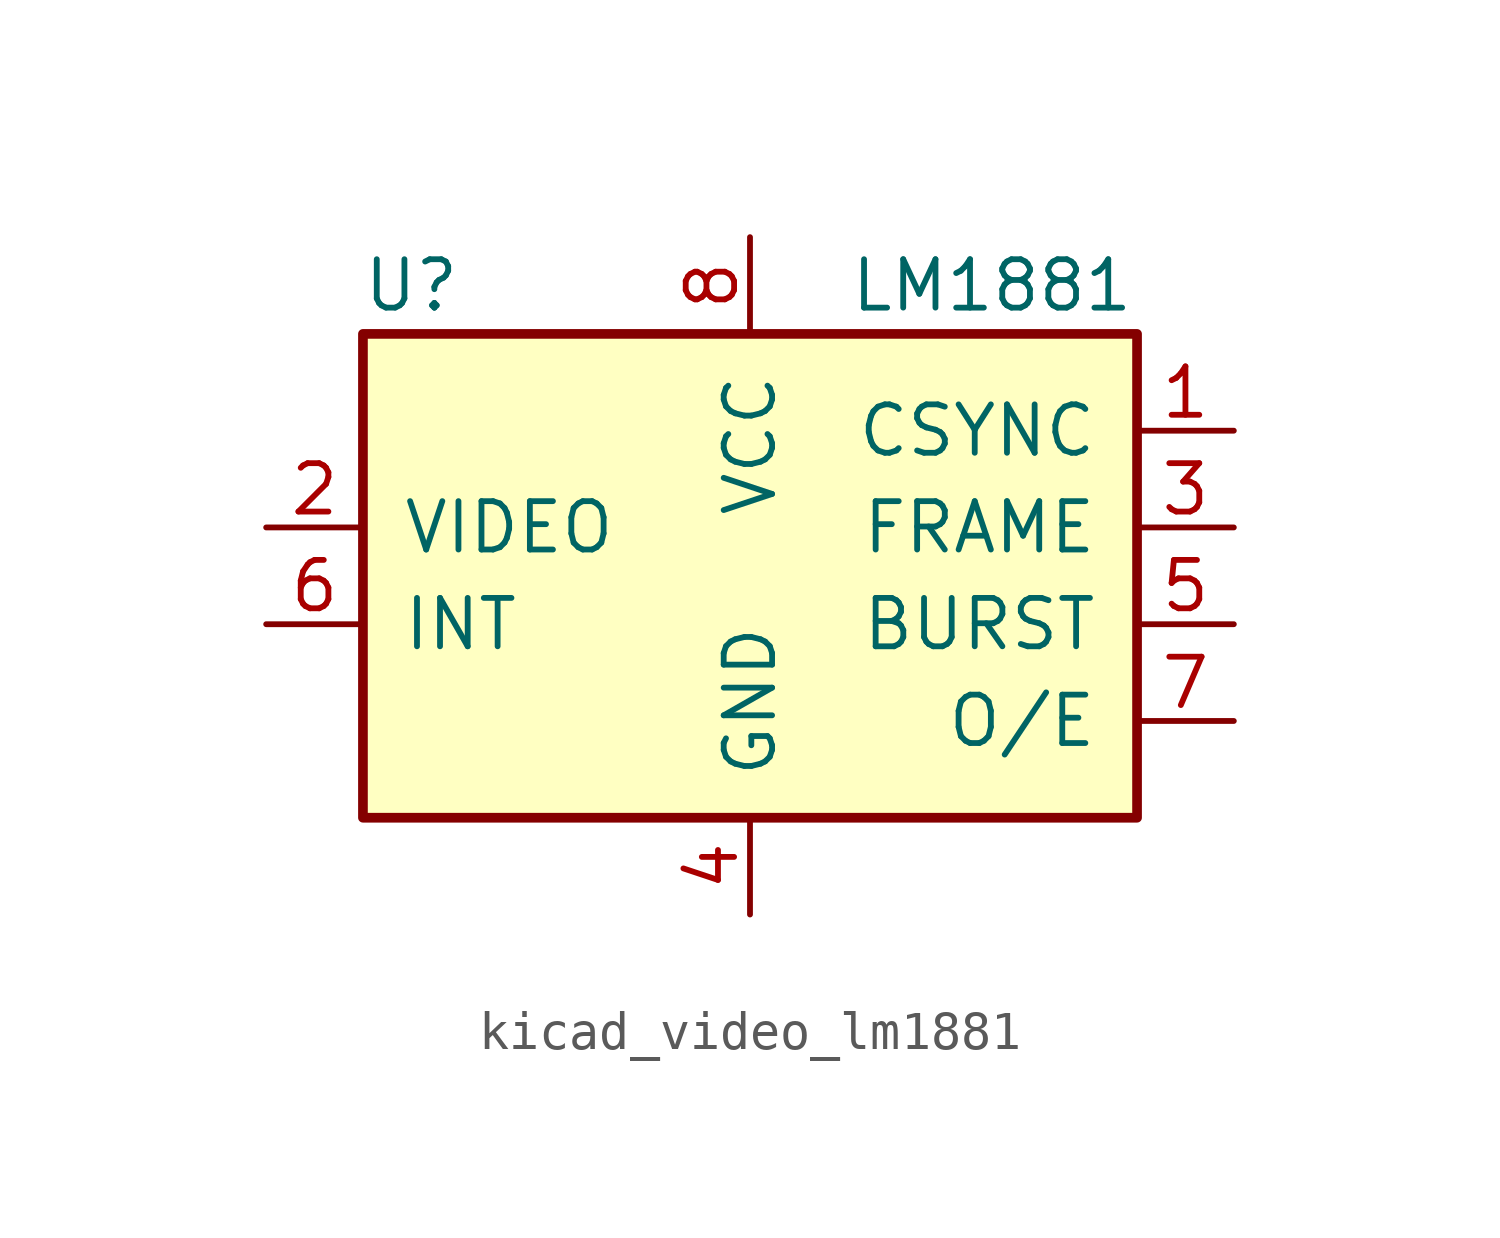
<source format=kicad_sym>
(kicad_symbol_lib
  (version 20220914)
  (generator kicad_symbol_editor)
  (symbol "kicad_video_lm1881"
    (pin_names
      (offset 1.016))
    (property "Reference" "U"
      (at -8.89 8.89 0)
      (effects (font (size 1.27 1.27))))
    (property "Value" "LM1881"
      (at 6.35 8.89 0)
      (effects (font (size 1.27 1.27))))
    (symbol "kicad_video_lm1881_0_1"
      (rectangle (start -10.16 7.62) (end 10.16 -5.08) (stroke (width 0.254) (type default)) (fill (type background))))
    (symbol "kicad_video_lm1881_1_1"
      (pin output line (at 12.7 5.08 180) (length 2.54) (name "CSYNC" (effects (font (size 1.27 1.27)))) (number "1" (effects (font (size 1.27 1.27)))))
      (pin input line (at -12.7 2.54 0) (length 2.54) (name "VIDEO" (effects (font (size 1.27 1.27)))) (number "2" (effects (font (size 1.27 1.27)))))
      (pin output line (at 12.7 2.54 180) (length 2.54) (name "FRAME" (effects (font (size 1.27 1.27)))) (number "3" (effects (font (size 1.27 1.27)))))
      (pin power_in line (at 0 -7.62 90) (length 2.54) (name "GND" (effects (font (size 1.27 1.27)))) (number "4" (effects (font (size 1.27 1.27)))))
      (pin output line (at 12.7 0 180) (length 2.54) (name "BURST" (effects (font (size 1.27 1.27)))) (number "5" (effects (font (size 1.27 1.27)))))
      (pin input line (at -12.7 0 0) (length 2.54) (name "INT" (effects (font (size 1.27 1.27)))) (number "6" (effects (font (size 1.27 1.27)))))
      (pin output line (at 12.7 -2.54 180) (length 2.54) (name "O/E" (effects (font (size 1.27 1.27)))) (number "7" (effects (font (size 1.27 1.27)))))
      (pin power_in line (at 0 10.16 270) (length 2.54) (name "VCC" (effects (font (size 1.27 1.27)))) (number "8" (effects (font (size 1.27 1.27))))))))
</source>
